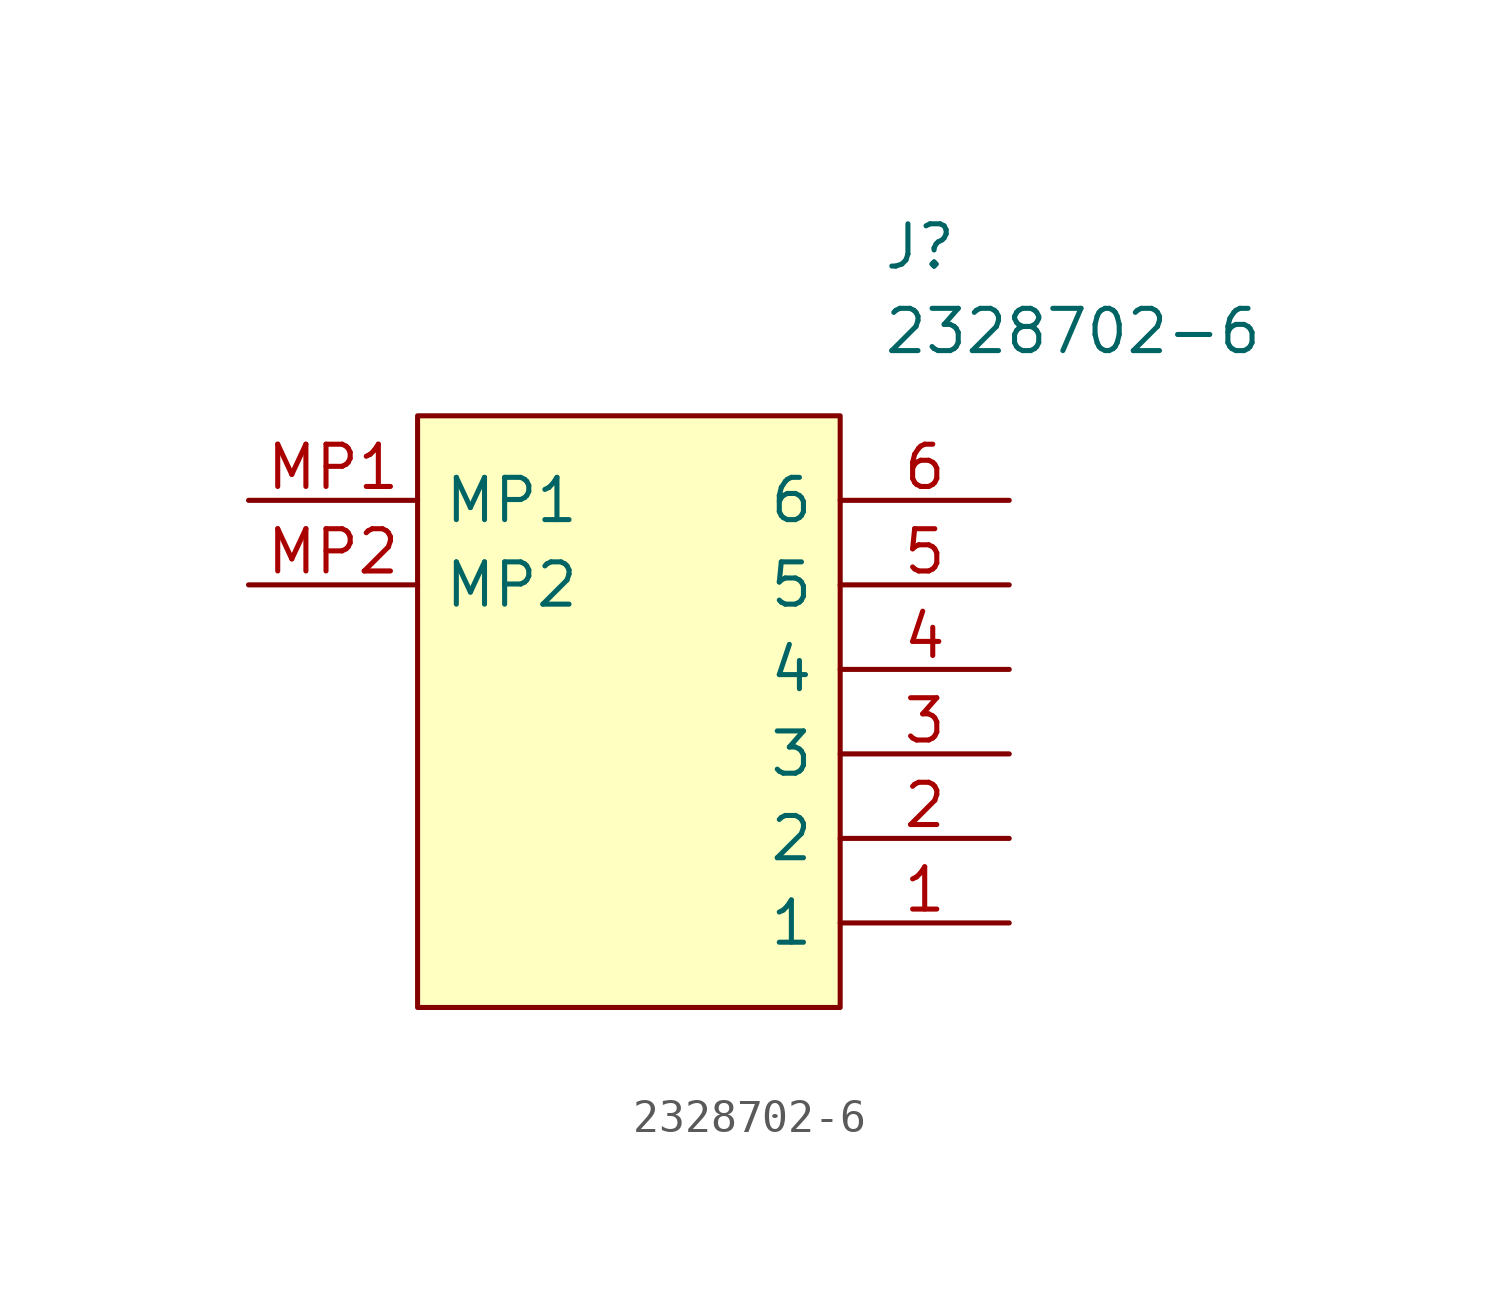
<source format=kicad_sym>
(kicad_symbol_lib
  (version 20211014)
  (generator kicad_symbol_editor)
  (symbol "2328702-6"
    (pin_names
      (offset 0.762))
    (property "Reference" "J"
      (at 19.05 7.62 0)
      (effects (font (size 1.27 1.27)) (justify left)))
    (property "Value" "2328702-6"
      (at 19.05 5.08 0)
      (effects (font (size 1.27 1.27)) (justify left)))
    (symbol "2328702-6_0_0"
      (pin passive line (at 22.86 -12.7 180) (length 5.08) (name "1" (effects (font (size 1.27 1.27)))) (number "1" (effects (font (size 1.27 1.27)))))
      (pin passive line (at 22.86 -10.16 180) (length 5.08) (name "2" (effects (font (size 1.27 1.27)))) (number "2" (effects (font (size 1.27 1.27)))))
      (pin passive line (at 22.86 -7.62 180) (length 5.08) (name "3" (effects (font (size 1.27 1.27)))) (number "3" (effects (font (size 1.27 1.27)))))
      (pin passive line (at 22.86 -5.08 180) (length 5.08) (name "4" (effects (font (size 1.27 1.27)))) (number "4" (effects (font (size 1.27 1.27)))))
      (pin passive line (at 22.86 -2.54 180) (length 5.08) (name "5" (effects (font (size 1.27 1.27)))) (number "5" (effects (font (size 1.27 1.27)))))
      (pin passive line (at 22.86 0 180) (length 5.08) (name "6" (effects (font (size 1.27 1.27)))) (number "6" (effects (font (size 1.27 1.27)))))
      (pin passive line (at 0 0 0) (length 5.08) (name "MP1" (effects (font (size 1.27 1.27)))) (number "MP1" (effects (font (size 1.27 1.27)))))
      (pin passive line (at 0 -2.54 0) (length 5.08) (name "MP2" (effects (font (size 1.27 1.27)))) (number "MP2" (effects (font (size 1.27 1.27))))))
    (symbol "2328702-6_0_1"
      (polyline (pts (xy 5.08 2.54) (xy 17.78 2.54) (xy 17.78 -15.24) (xy 5.08 -15.24) (xy 5.08 2.54)) (stroke (width 0.152) (type default) (color 0 0 0 0)) (fill (type background))))))
</source>
